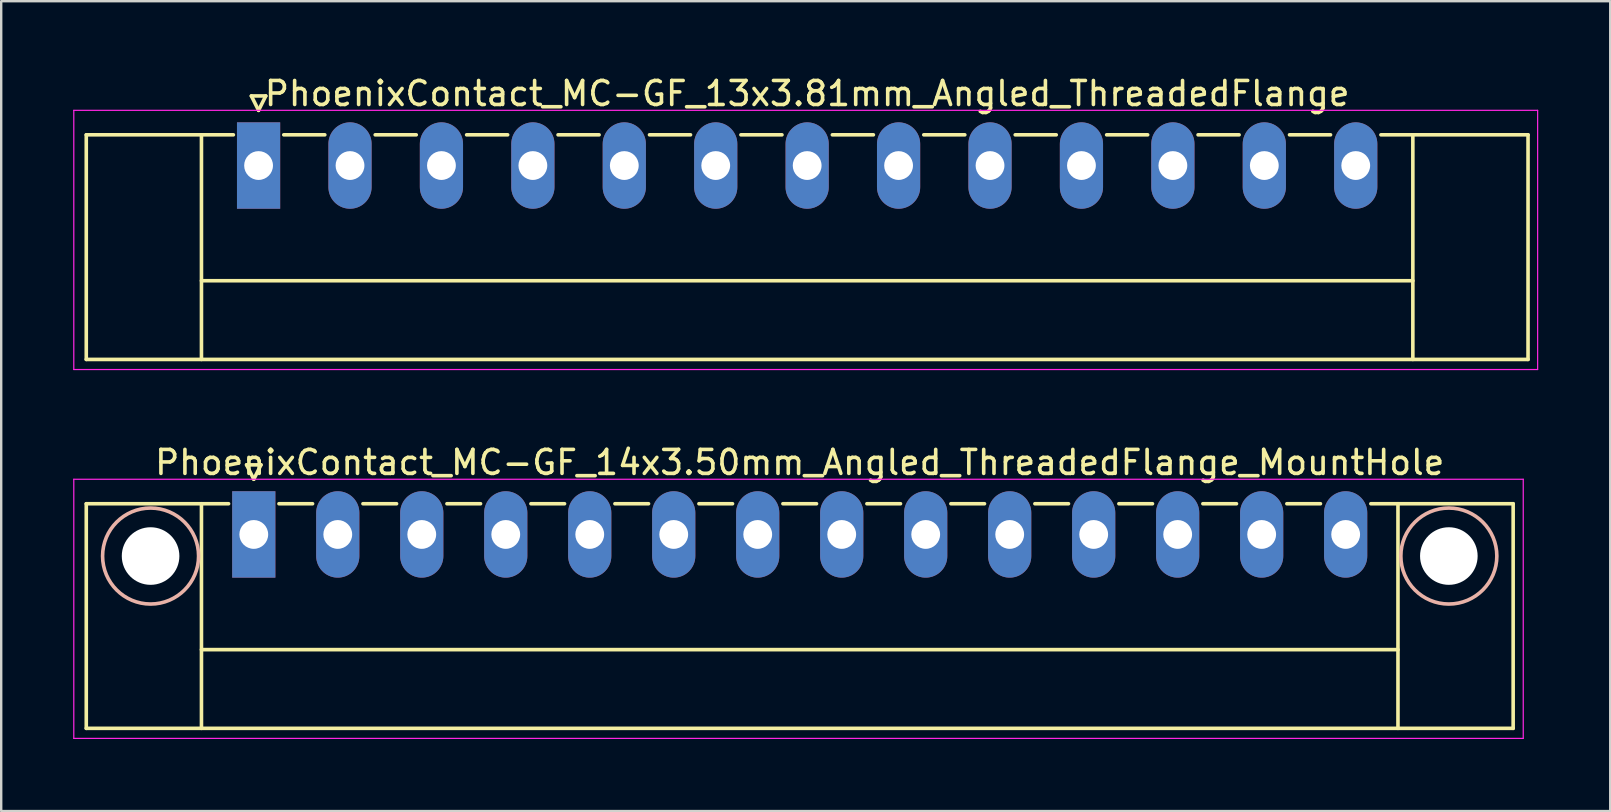
<source format=kicad_pcb>
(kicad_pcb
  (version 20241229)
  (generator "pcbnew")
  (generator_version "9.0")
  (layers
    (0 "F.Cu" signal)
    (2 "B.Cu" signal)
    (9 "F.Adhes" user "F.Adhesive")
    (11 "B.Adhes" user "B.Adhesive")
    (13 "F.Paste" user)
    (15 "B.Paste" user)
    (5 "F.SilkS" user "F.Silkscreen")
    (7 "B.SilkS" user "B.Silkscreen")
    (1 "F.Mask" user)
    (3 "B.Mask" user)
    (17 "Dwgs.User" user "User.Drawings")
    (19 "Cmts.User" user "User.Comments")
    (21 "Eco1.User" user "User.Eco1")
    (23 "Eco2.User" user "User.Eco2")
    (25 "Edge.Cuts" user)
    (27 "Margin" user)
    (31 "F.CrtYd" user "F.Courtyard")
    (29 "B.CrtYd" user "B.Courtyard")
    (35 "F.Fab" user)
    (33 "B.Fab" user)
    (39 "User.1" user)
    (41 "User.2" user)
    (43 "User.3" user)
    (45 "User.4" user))
  (footprint "PhoenixContact_MC-GF_14x3.50mm_Angled_ThreadedFlange_MountHole"
    (layer "F.Cu")
    (at 7.525 19.221)
    (property "Reference" "PhoenixContact_MC-GF_14x3.50mm_Angled_ThreadedFlange_MountHole" (at 22.75 -3 0) (layer "F.SilkS") (effects (font (size 1 1) (thickness 0.15))))
    (attr through_hole)
    (fp_line (start -6.98 -1.28) (end -6.98 8.08) (stroke (width 0.15) (type solid)) (layer "F.SilkS"))
    (fp_line (start -6.98 -1.28) (end -1.05 -1.28) (stroke (width 0.15) (type solid)) (layer "F.SilkS"))
    (fp_line (start -6.98 8.08) (end 52.48 8.08) (stroke (width 0.15) (type solid)) (layer "F.SilkS"))
    (fp_line (start -2.18 -1.28) (end -2.18 8.08) (stroke (width 0.15) (type solid)) (layer "F.SilkS"))
    (fp_line (start -2.18 4.8) (end 47.68 4.8) (stroke (width 0.15) (type solid)) (layer "F.SilkS"))
    (fp_line (start -0.3 -2.9) (end 0 -2.3) (stroke (width 0.15) (type solid)) (layer "F.SilkS"))
    (fp_line (start 0 -2.3) (end 0.3 -2.9) (stroke (width 0.15) (type solid)) (layer "F.SilkS"))
    (fp_line (start 0.3 -2.9) (end -0.3 -2.9) (stroke (width 0.15) (type solid)) (layer "F.SilkS"))
    (fp_line (start 1.05 -1.28) (end 2.45 -1.28) (stroke (width 0.15) (type solid)) (layer "F.SilkS"))
    (fp_line (start 4.55 -1.28) (end 5.95 -1.28) (stroke (width 0.15) (type solid)) (layer "F.SilkS"))
    (fp_line (start 8.05 -1.28) (end 9.45 -1.28) (stroke (width 0.15) (type solid)) (layer "F.SilkS"))
    (fp_line (start 11.55 -1.28) (end 12.95 -1.28) (stroke (width 0.15) (type solid)) (layer "F.SilkS"))
    (fp_line (start 15.05 -1.28) (end 16.45 -1.28) (stroke (width 0.15) (type solid)) (layer "F.SilkS"))
    (fp_line (start 18.55 -1.28) (end 19.95 -1.28) (stroke (width 0.15) (type solid)) (layer "F.SilkS"))
    (fp_line (start 22.05 -1.28) (end 23.45 -1.28) (stroke (width 0.15) (type solid)) (layer "F.SilkS"))
    (fp_line (start 25.55 -1.28) (end 26.95 -1.28) (stroke (width 0.15) (type solid)) (layer "F.SilkS"))
    (fp_line (start 29.05 -1.28) (end 30.45 -1.28) (stroke (width 0.15) (type solid)) (layer "F.SilkS"))
    (fp_line (start 32.55 -1.28) (end 33.95 -1.28) (stroke (width 0.15) (type solid)) (layer "F.SilkS"))
    (fp_line (start 36.05 -1.28) (end 37.45 -1.28) (stroke (width 0.15) (type solid)) (layer "F.SilkS"))
    (fp_line (start 39.55 -1.28) (end 40.95 -1.28) (stroke (width 0.15) (type solid)) (layer "F.SilkS"))
    (fp_line (start 43.05 -1.28) (end 44.45 -1.28) (stroke (width 0.15) (type solid)) (layer "F.SilkS"))
    (fp_line (start 47.68 -1.28) (end 47.68 8.08) (stroke (width 0.15) (type solid)) (layer "F.SilkS"))
    (fp_line (start 52.48 -1.28) (end 46.55 -1.28) (stroke (width 0.15) (type solid)) (layer "F.SilkS"))
    (fp_line (start 52.48 8.08) (end 52.48 -1.28) (stroke (width 0.15) (type solid)) (layer "F.SilkS"))
    (fp_circle (center -4.3 0.9) (end -2.3 0.9) (stroke (width 0.15) (type solid)) (fill no) (layer "B.SilkS"))
    (fp_circle (center 49.8 0.9) (end 51.8 0.9) (stroke (width 0.15) (type solid)) (fill no) (layer "B.SilkS"))
    (fp_line (start -7.5 -2.3) (end -7.5 8.5) (stroke (width 0.05) (type solid)) (layer "F.CrtYd"))
    (fp_line (start -7.5 8.5) (end 52.9 8.5) (stroke (width 0.05) (type solid)) (layer "F.CrtYd"))
    (fp_line (start 52.9 -2.3) (end -7.5 -2.3) (stroke (width 0.05) (type solid)) (layer "F.CrtYd"))
    (fp_line (start 52.9 8.5) (end 52.9 -2.3) (stroke (width 0.05) (type solid)) (layer "F.CrtYd"))
    (pad "" np_thru_hole circle (at -4.3 0.9) (size 2.4 2.4) (drill 2.4) (layers "*.Cu" "*.Mask"))
    (pad "" np_thru_hole circle (at 49.8 0.9) (size 2.4 2.4) (drill 2.4) (layers "*.Cu" "*.Mask"))
    (pad "1" thru_hole rect (at 0 0) (size 1.8 3.6) (drill 1.2) (layers "*.Cu" "*.Mask"))
    (pad "2" thru_hole oval (at 3.5 0) (size 1.8 3.6) (drill 1.2) (layers "*.Cu" "*.Mask"))
    (pad "3" thru_hole oval (at 7 0) (size 1.8 3.6) (drill 1.2) (layers "*.Cu" "*.Mask"))
    (pad "4" thru_hole oval (at 10.5 0) (size 1.8 3.6) (drill 1.2) (layers "*.Cu" "*.Mask"))
    (pad "5" thru_hole oval (at 14 0) (size 1.8 3.6) (drill 1.2) (layers "*.Cu" "*.Mask"))
    (pad "6" thru_hole oval (at 17.5 0) (size 1.8 3.6) (drill 1.2) (layers "*.Cu" "*.Mask"))
    (pad "7" thru_hole oval (at 21 0) (size 1.8 3.6) (drill 1.2) (layers "*.Cu" "*.Mask"))
    (pad "8" thru_hole oval (at 24.5 0) (size 1.8 3.6) (drill 1.2) (layers "*.Cu" "*.Mask"))
    (pad "9" thru_hole oval (at 28 0) (size 1.8 3.6) (drill 1.2) (layers "*.Cu" "*.Mask"))
    (pad "10" thru_hole oval (at 31.5 0) (size 1.8 3.6) (drill 1.2) (layers "*.Cu" "*.Mask"))
    (pad "11" thru_hole oval (at 35 0) (size 1.8 3.6) (drill 1.2) (layers "*.Cu" "*.Mask"))
    (pad "12" thru_hole oval (at 38.5 0) (size 1.8 3.6) (drill 1.2) (layers "*.Cu" "*.Mask"))
    (pad "13" thru_hole oval (at 42 0) (size 1.8 3.6) (drill 1.2) (layers "*.Cu" "*.Mask"))
    (pad "14" thru_hole oval (at 45.5 0) (size 1.8 3.6) (drill 1.2) (layers "*.Cu" "*.Mask")))
  (footprint "PhoenixContact_MC-GF_13x3.81mm_Angled_ThreadedFlange"
    (layer "F.Cu")
    (at 7.725 3.848)
    (property "Reference" "PhoenixContact_MC-GF_13x3.81mm_Angled_ThreadedFlange" (at 22.86 -3 0) (layer "F.SilkS") (effects (font (size 1 1) (thickness 0.15))))
    (attr through_hole)
    (fp_line (start -7.18 -1.28) (end -7.18 8.08) (stroke (width 0.15) (type solid)) (layer "F.SilkS"))
    (fp_line (start -7.18 -1.28) (end -1.05 -1.28) (stroke (width 0.15) (type solid)) (layer "F.SilkS"))
    (fp_line (start -7.18 8.08) (end 52.9 8.08) (stroke (width 0.15) (type solid)) (layer "F.SilkS"))
    (fp_line (start -2.38 -1.28) (end -2.38 8.08) (stroke (width 0.15) (type solid)) (layer "F.SilkS"))
    (fp_line (start -2.38 4.8) (end 48.1 4.8) (stroke (width 0.15) (type solid)) (layer "F.SilkS"))
    (fp_line (start -0.3 -2.9) (end 0 -2.3) (stroke (width 0.15) (type solid)) (layer "F.SilkS"))
    (fp_line (start 0 -2.3) (end 0.3 -2.9) (stroke (width 0.15) (type solid)) (layer "F.SilkS"))
    (fp_line (start 0.3 -2.9) (end -0.3 -2.9) (stroke (width 0.15) (type solid)) (layer "F.SilkS"))
    (fp_line (start 1.05 -1.28) (end 2.76 -1.28) (stroke (width 0.15) (type solid)) (layer "F.SilkS"))
    (fp_line (start 4.86 -1.28) (end 6.57 -1.28) (stroke (width 0.15) (type solid)) (layer "F.SilkS"))
    (fp_line (start 8.67 -1.28) (end 10.38 -1.28) (stroke (width 0.15) (type solid)) (layer "F.SilkS"))
    (fp_line (start 12.48 -1.28) (end 14.19 -1.28) (stroke (width 0.15) (type solid)) (layer "F.SilkS"))
    (fp_line (start 16.29 -1.28) (end 18 -1.28) (stroke (width 0.15) (type solid)) (layer "F.SilkS"))
    (fp_line (start 20.1 -1.28) (end 21.81 -1.28) (stroke (width 0.15) (type solid)) (layer "F.SilkS"))
    (fp_line (start 23.91 -1.28) (end 25.62 -1.28) (stroke (width 0.15) (type solid)) (layer "F.SilkS"))
    (fp_line (start 27.72 -1.28) (end 29.43 -1.28) (stroke (width 0.15) (type solid)) (layer "F.SilkS"))
    (fp_line (start 31.53 -1.28) (end 33.24 -1.28) (stroke (width 0.15) (type solid)) (layer "F.SilkS"))
    (fp_line (start 35.34 -1.28) (end 37.05 -1.28) (stroke (width 0.15) (type solid)) (layer "F.SilkS"))
    (fp_line (start 39.15 -1.28) (end 40.86 -1.28) (stroke (width 0.15) (type solid)) (layer "F.SilkS"))
    (fp_line (start 42.96 -1.28) (end 44.67 -1.28) (stroke (width 0.15) (type solid)) (layer "F.SilkS"))
    (fp_line (start 48.1 -1.28) (end 48.1 8.08) (stroke (width 0.15) (type solid)) (layer "F.SilkS"))
    (fp_line (start 52.9 -1.28) (end 46.77 -1.28) (stroke (width 0.15) (type solid)) (layer "F.SilkS"))
    (fp_line (start 52.9 8.08) (end 52.9 -1.28) (stroke (width 0.15) (type solid)) (layer "F.SilkS"))
    (fp_line (start -7.7 -2.3) (end -7.7 8.5) (stroke (width 0.05) (type solid)) (layer "F.CrtYd"))
    (fp_line (start -7.7 8.5) (end 53.3 8.5) (stroke (width 0.05) (type solid)) (layer "F.CrtYd"))
    (fp_line (start 53.3 -2.3) (end -7.7 -2.3) (stroke (width 0.05) (type solid)) (layer "F.CrtYd"))
    (fp_line (start 53.3 8.5) (end 53.3 -2.3) (stroke (width 0.05) (type solid)) (layer "F.CrtYd"))
    (pad "1" thru_hole rect (at 0 0) (size 1.8 3.6) (drill 1.2) (layers "*.Cu" "*.Mask"))
    (pad "2" thru_hole oval (at 3.81 0) (size 1.8 3.6) (drill 1.2) (layers "*.Cu" "*.Mask"))
    (pad "3" thru_hole oval (at 7.62 0) (size 1.8 3.6) (drill 1.2) (layers "*.Cu" "*.Mask"))
    (pad "4" thru_hole oval (at 11.43 0) (size 1.8 3.6) (drill 1.2) (layers "*.Cu" "*.Mask"))
    (pad "5" thru_hole oval (at 15.24 0) (size 1.8 3.6) (drill 1.2) (layers "*.Cu" "*.Mask"))
    (pad "6" thru_hole oval (at 19.05 0) (size 1.8 3.6) (drill 1.2) (layers "*.Cu" "*.Mask"))
    (pad "7" thru_hole oval (at 22.86 0) (size 1.8 3.6) (drill 1.2) (layers "*.Cu" "*.Mask"))
    (pad "8" thru_hole oval (at 26.67 0) (size 1.8 3.6) (drill 1.2) (layers "*.Cu" "*.Mask"))
    (pad "9" thru_hole oval (at 30.48 0) (size 1.8 3.6) (drill 1.2) (layers "*.Cu" "*.Mask"))
    (pad "10" thru_hole oval (at 34.29 0) (size 1.8 3.6) (drill 1.2) (layers "*.Cu" "*.Mask"))
    (pad "11" thru_hole oval (at 38.1 0) (size 1.8 3.6) (drill 1.2) (layers "*.Cu" "*.Mask"))
    (pad "12" thru_hole oval (at 41.91 0) (size 1.8 3.6) (drill 1.2) (layers "*.Cu" "*.Mask"))
    (pad "13" thru_hole oval (at 45.72 0) (size 1.8 3.6) (drill 1.2) (layers "*.Cu" "*.Mask")))
  (gr_rect
    (start -3 -3)
    (end 64.05 30.747)
    (stroke (width 0.1) (type default))
    (fill no)
    (layer "Edge.Cuts")))
</source>
